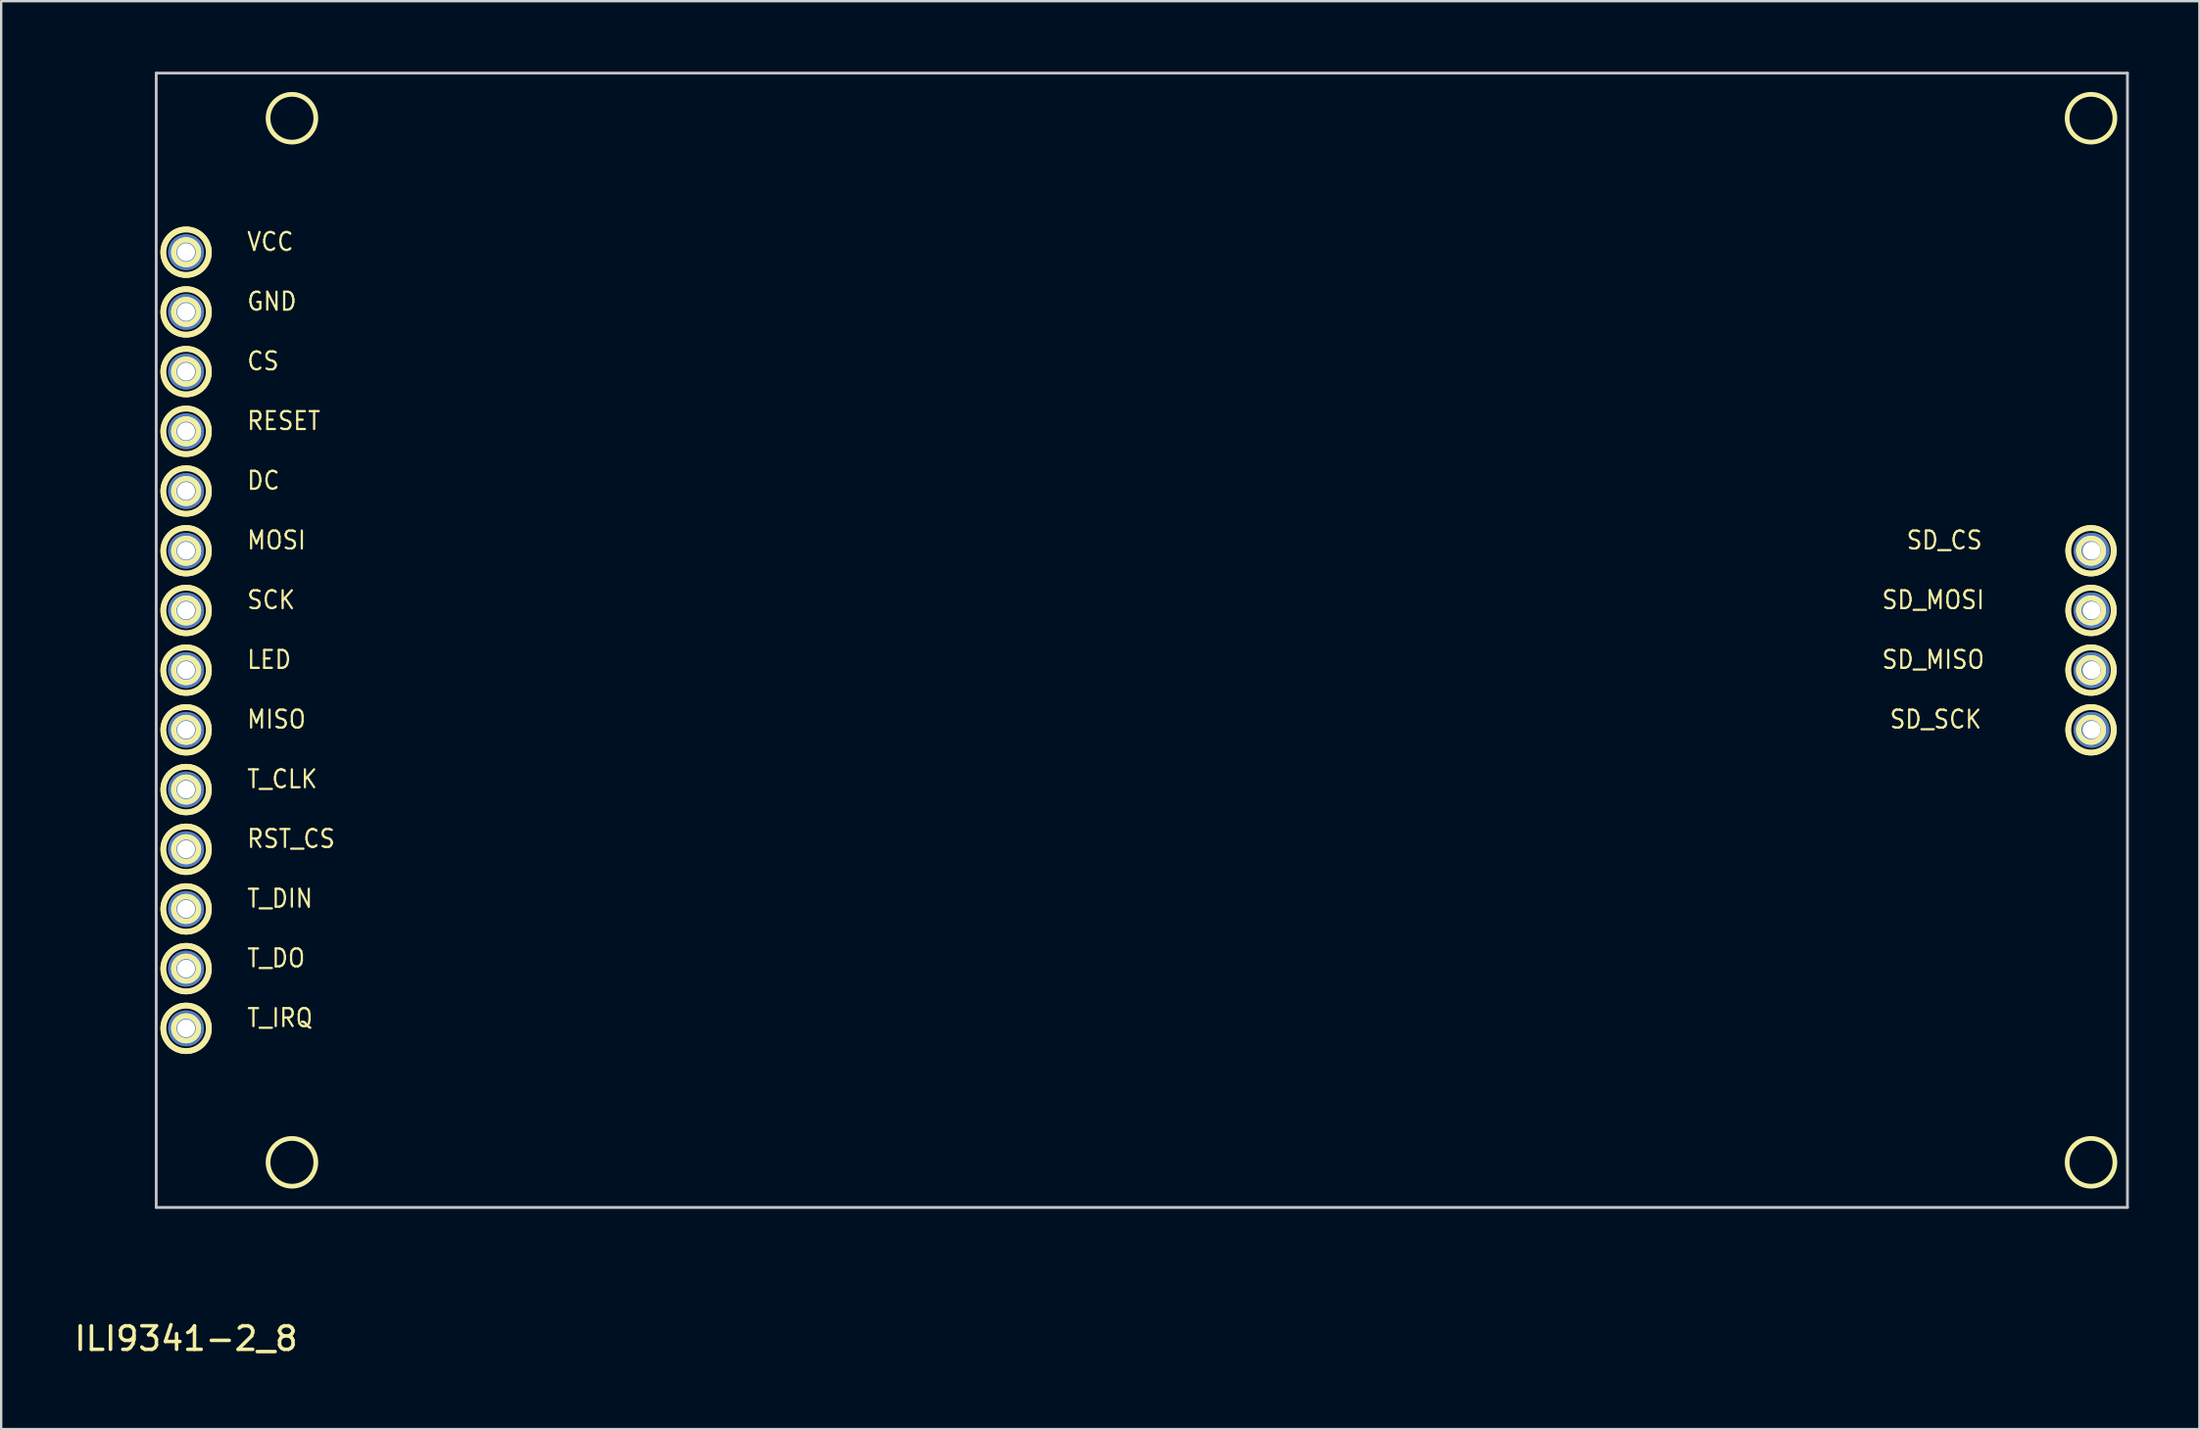
<source format=kicad_pcb>
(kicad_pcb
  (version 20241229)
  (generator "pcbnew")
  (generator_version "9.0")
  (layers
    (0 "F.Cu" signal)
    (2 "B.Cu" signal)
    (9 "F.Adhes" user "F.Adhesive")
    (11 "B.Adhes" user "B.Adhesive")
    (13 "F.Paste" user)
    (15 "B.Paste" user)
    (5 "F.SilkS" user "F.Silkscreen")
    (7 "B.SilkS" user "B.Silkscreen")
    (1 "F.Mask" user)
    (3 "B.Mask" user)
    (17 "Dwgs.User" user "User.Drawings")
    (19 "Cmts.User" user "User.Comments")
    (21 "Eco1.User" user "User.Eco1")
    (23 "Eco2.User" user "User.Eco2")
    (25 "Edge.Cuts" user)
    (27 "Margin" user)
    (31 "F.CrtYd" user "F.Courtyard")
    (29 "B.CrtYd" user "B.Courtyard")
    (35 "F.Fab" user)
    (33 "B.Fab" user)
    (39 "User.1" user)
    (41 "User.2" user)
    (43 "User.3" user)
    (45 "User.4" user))
  (footprint "ILI9341-2_8"
    (layer "F.Cu")
    (at 4.863 53.4)
    (property "Reference" "ILI9341-2_8" (at 0 0.5 0) (layer "F.SilkS") (effects (font (size 1 1) (thickness 0.15))))
    (attr through_hole)
    (fp_circle (center 0 -45.72) (end 0.51 -45.72) (stroke (width 0.2) (type solid)) (fill no) (layer "F.SilkS"))
    (fp_circle (center 0 -45.72) (end 0.538 -45.72) (stroke (width 0.2) (type solid)) (fill no) (layer "F.SilkS"))
    (fp_circle (center 0 -45.72) (end 0.538 -45.72) (stroke (width 0.2) (type solid)) (fill no) (layer "F.SilkS"))
    (fp_circle (center 0 -45.72) (end 0.94 -45.72) (stroke (width 0.2) (type solid)) (fill no) (layer "F.SilkS"))
    (fp_circle (center 0 -45.72) (end 0.991 -45.72) (stroke (width 0.2) (type solid)) (fill no) (layer "F.SilkS"))
    (fp_circle (center 0 -45.72) (end 0.991 -45.72) (stroke (width 0.2) (type solid)) (fill no) (layer "F.SilkS"))
    (fp_circle (center 0 -43.18) (end 0.51 -43.18) (stroke (width 0.2) (type solid)) (fill no) (layer "F.SilkS"))
    (fp_circle (center 0 -43.18) (end 0.538 -43.18) (stroke (width 0.2) (type solid)) (fill no) (layer "F.SilkS"))
    (fp_circle (center 0 -43.18) (end 0.538 -43.18) (stroke (width 0.2) (type solid)) (fill no) (layer "F.SilkS"))
    (fp_circle (center 0 -43.18) (end 0.94 -43.18) (stroke (width 0.2) (type solid)) (fill no) (layer "F.SilkS"))
    (fp_circle (center 0 -43.18) (end 0.991 -43.18) (stroke (width 0.2) (type solid)) (fill no) (layer "F.SilkS"))
    (fp_circle (center 0 -43.18) (end 0.991 -43.18) (stroke (width 0.2) (type solid)) (fill no) (layer "F.SilkS"))
    (fp_circle (center 0 -40.64) (end 0.51 -40.64) (stroke (width 0.2) (type solid)) (fill no) (layer "F.SilkS"))
    (fp_circle (center 0 -40.64) (end 0.538 -40.64) (stroke (width 0.2) (type solid)) (fill no) (layer "F.SilkS"))
    (fp_circle (center 0 -40.64) (end 0.538 -40.64) (stroke (width 0.2) (type solid)) (fill no) (layer "F.SilkS"))
    (fp_circle (center 0 -40.64) (end 0.94 -40.64) (stroke (width 0.2) (type solid)) (fill no) (layer "F.SilkS"))
    (fp_circle (center 0 -40.64) (end 0.991 -40.64) (stroke (width 0.2) (type solid)) (fill no) (layer "F.SilkS"))
    (fp_circle (center 0 -40.64) (end 0.991 -40.64) (stroke (width 0.2) (type solid)) (fill no) (layer "F.SilkS"))
    (fp_circle (center 0 -38.1) (end 0.51 -38.1) (stroke (width 0.2) (type solid)) (fill no) (layer "F.SilkS"))
    (fp_circle (center 0 -38.1) (end 0.538 -38.1) (stroke (width 0.2) (type solid)) (fill no) (layer "F.SilkS"))
    (fp_circle (center 0 -38.1) (end 0.538 -38.1) (stroke (width 0.2) (type solid)) (fill no) (layer "F.SilkS"))
    (fp_circle (center 0 -38.1) (end 0.94 -38.1) (stroke (width 0.2) (type solid)) (fill no) (layer "F.SilkS"))
    (fp_circle (center 0 -38.1) (end 0.991 -38.1) (stroke (width 0.2) (type solid)) (fill no) (layer "F.SilkS"))
    (fp_circle (center 0 -38.1) (end 0.991 -38.1) (stroke (width 0.2) (type solid)) (fill no) (layer "F.SilkS"))
    (fp_circle (center 0 -35.56) (end 0.51 -35.56) (stroke (width 0.2) (type solid)) (fill no) (layer "F.SilkS"))
    (fp_circle (center 0 -35.56) (end 0.538 -35.56) (stroke (width 0.2) (type solid)) (fill no) (layer "F.SilkS"))
    (fp_circle (center 0 -35.56) (end 0.538 -35.56) (stroke (width 0.2) (type solid)) (fill no) (layer "F.SilkS"))
    (fp_circle (center 0 -35.56) (end 0.94 -35.56) (stroke (width 0.2) (type solid)) (fill no) (layer "F.SilkS"))
    (fp_circle (center 0 -35.56) (end 0.991 -35.56) (stroke (width 0.2) (type solid)) (fill no) (layer "F.SilkS"))
    (fp_circle (center 0 -35.56) (end 0.991 -35.56) (stroke (width 0.2) (type solid)) (fill no) (layer "F.SilkS"))
    (fp_circle (center 0 -33.02) (end 0.51 -33.02) (stroke (width 0.2) (type solid)) (fill no) (layer "F.SilkS"))
    (fp_circle (center 0 -33.02) (end 0.538 -33.02) (stroke (width 0.2) (type solid)) (fill no) (layer "F.SilkS"))
    (fp_circle (center 0 -33.02) (end 0.538 -33.02) (stroke (width 0.2) (type solid)) (fill no) (layer "F.SilkS"))
    (fp_circle (center 0 -33.02) (end 0.94 -33.02) (stroke (width 0.2) (type solid)) (fill no) (layer "F.SilkS"))
    (fp_circle (center 0 -33.02) (end 0.991 -33.02) (stroke (width 0.2) (type solid)) (fill no) (layer "F.SilkS"))
    (fp_circle (center 0 -33.02) (end 0.991 -33.02) (stroke (width 0.2) (type solid)) (fill no) (layer "F.SilkS"))
    (fp_circle (center 0 -30.48) (end 0.51 -30.48) (stroke (width 0.2) (type solid)) (fill no) (layer "F.SilkS"))
    (fp_circle (center 0 -30.48) (end 0.538 -30.48) (stroke (width 0.2) (type solid)) (fill no) (layer "F.SilkS"))
    (fp_circle (center 0 -30.48) (end 0.538 -30.48) (stroke (width 0.2) (type solid)) (fill no) (layer "F.SilkS"))
    (fp_circle (center 0 -30.48) (end 0.94 -30.48) (stroke (width 0.2) (type solid)) (fill no) (layer "F.SilkS"))
    (fp_circle (center 0 -30.48) (end 0.991 -30.48) (stroke (width 0.2) (type solid)) (fill no) (layer "F.SilkS"))
    (fp_circle (center 0 -30.48) (end 0.991 -30.48) (stroke (width 0.2) (type solid)) (fill no) (layer "F.SilkS"))
    (fp_circle (center 0 -27.94) (end 0.51 -27.94) (stroke (width 0.2) (type solid)) (fill no) (layer "F.SilkS"))
    (fp_circle (center 0 -27.94) (end 0.538 -27.94) (stroke (width 0.2) (type solid)) (fill no) (layer "F.SilkS"))
    (fp_circle (center 0 -27.94) (end 0.538 -27.94) (stroke (width 0.2) (type solid)) (fill no) (layer "F.SilkS"))
    (fp_circle (center 0 -27.94) (end 0.94 -27.94) (stroke (width 0.2) (type solid)) (fill no) (layer "F.SilkS"))
    (fp_circle (center 0 -27.94) (end 0.991 -27.94) (stroke (width 0.2) (type solid)) (fill no) (layer "F.SilkS"))
    (fp_circle (center 0 -27.94) (end 0.991 -27.94) (stroke (width 0.2) (type solid)) (fill no) (layer "F.SilkS"))
    (fp_circle (center 0 -25.4) (end 0.51 -25.4) (stroke (width 0.2) (type solid)) (fill no) (layer "F.SilkS"))
    (fp_circle (center 0 -25.4) (end 0.538 -25.4) (stroke (width 0.2) (type solid)) (fill no) (layer "F.SilkS"))
    (fp_circle (center 0 -25.4) (end 0.538 -25.4) (stroke (width 0.2) (type solid)) (fill no) (layer "F.SilkS"))
    (fp_circle (center 0 -25.4) (end 0.94 -25.4) (stroke (width 0.2) (type solid)) (fill no) (layer "F.SilkS"))
    (fp_circle (center 0 -25.4) (end 0.991 -25.4) (stroke (width 0.2) (type solid)) (fill no) (layer "F.SilkS"))
    (fp_circle (center 0 -25.4) (end 0.991 -25.4) (stroke (width 0.2) (type solid)) (fill no) (layer "F.SilkS"))
    (fp_circle (center 0 -22.86) (end 0.51 -22.86) (stroke (width 0.2) (type solid)) (fill no) (layer "F.SilkS"))
    (fp_circle (center 0 -22.86) (end 0.538 -22.86) (stroke (width 0.2) (type solid)) (fill no) (layer "F.SilkS"))
    (fp_circle (center 0 -22.86) (end 0.538 -22.86) (stroke (width 0.2) (type solid)) (fill no) (layer "F.SilkS"))
    (fp_circle (center 0 -22.86) (end 0.94 -22.86) (stroke (width 0.2) (type solid)) (fill no) (layer "F.SilkS"))
    (fp_circle (center 0 -22.86) (end 0.991 -22.86) (stroke (width 0.2) (type solid)) (fill no) (layer "F.SilkS"))
    (fp_circle (center 0 -22.86) (end 0.991 -22.86) (stroke (width 0.2) (type solid)) (fill no) (layer "F.SilkS"))
    (fp_circle (center 0 -20.32) (end 0.51 -20.32) (stroke (width 0.2) (type solid)) (fill no) (layer "F.SilkS"))
    (fp_circle (center 0 -20.32) (end 0.538 -20.32) (stroke (width 0.2) (type solid)) (fill no) (layer "F.SilkS"))
    (fp_circle (center 0 -20.32) (end 0.538 -20.32) (stroke (width 0.2) (type solid)) (fill no) (layer "F.SilkS"))
    (fp_circle (center 0 -20.32) (end 0.94 -20.32) (stroke (width 0.2) (type solid)) (fill no) (layer "F.SilkS"))
    (fp_circle (center 0 -20.32) (end 0.991 -20.32) (stroke (width 0.2) (type solid)) (fill no) (layer "F.SilkS"))
    (fp_circle (center 0 -20.32) (end 0.991 -20.32) (stroke (width 0.2) (type solid)) (fill no) (layer "F.SilkS"))
    (fp_circle (center 0 -17.78) (end 0.51 -17.78) (stroke (width 0.2) (type solid)) (fill no) (layer "F.SilkS"))
    (fp_circle (center 0 -17.78) (end 0.538 -17.78) (stroke (width 0.2) (type solid)) (fill no) (layer "F.SilkS"))
    (fp_circle (center 0 -17.78) (end 0.538 -17.78) (stroke (width 0.2) (type solid)) (fill no) (layer "F.SilkS"))
    (fp_circle (center 0 -17.78) (end 0.94 -17.78) (stroke (width 0.2) (type solid)) (fill no) (layer "F.SilkS"))
    (fp_circle (center 0 -17.78) (end 0.991 -17.78) (stroke (width 0.2) (type solid)) (fill no) (layer "F.SilkS"))
    (fp_circle (center 0 -17.78) (end 0.991 -17.78) (stroke (width 0.2) (type solid)) (fill no) (layer "F.SilkS"))
    (fp_circle (center 0 -15.24) (end 0.51 -15.24) (stroke (width 0.2) (type solid)) (fill no) (layer "F.SilkS"))
    (fp_circle (center 0 -15.24) (end 0.538 -15.24) (stroke (width 0.2) (type solid)) (fill no) (layer "F.SilkS"))
    (fp_circle (center 0 -15.24) (end 0.538 -15.24) (stroke (width 0.2) (type solid)) (fill no) (layer "F.SilkS"))
    (fp_circle (center 0 -15.24) (end 0.94 -15.24) (stroke (width 0.2) (type solid)) (fill no) (layer "F.SilkS"))
    (fp_circle (center 0 -15.24) (end 0.991 -15.24) (stroke (width 0.2) (type solid)) (fill no) (layer "F.SilkS"))
    (fp_circle (center 0 -15.24) (end 0.991 -15.24) (stroke (width 0.2) (type solid)) (fill no) (layer "F.SilkS"))
    (fp_circle (center 0 -12.7) (end 0.51 -12.7) (stroke (width 0.2) (type solid)) (fill no) (layer "F.SilkS"))
    (fp_circle (center 0 -12.7) (end 0.538 -12.7) (stroke (width 0.2) (type solid)) (fill no) (layer "F.SilkS"))
    (fp_circle (center 0 -12.7) (end 0.538 -12.7) (stroke (width 0.2) (type solid)) (fill no) (layer "F.SilkS"))
    (fp_circle (center 0 -12.7) (end 0.94 -12.7) (stroke (width 0.2) (type solid)) (fill no) (layer "F.SilkS"))
    (fp_circle (center 0 -12.7) (end 0.991 -12.7) (stroke (width 0.2) (type solid)) (fill no) (layer "F.SilkS"))
    (fp_circle (center 0 -12.7) (end 0.991 -12.7) (stroke (width 0.2) (type solid)) (fill no) (layer "F.SilkS"))
    (fp_circle (center 4.501 -51.42) (end 5.517 -51.42) (stroke (width 0.2) (type solid)) (fill no) (layer "F.SilkS"))
    (fp_circle (center 4.501 -7) (end 5.517 -7) (stroke (width 0.2) (type solid)) (fill no) (layer "F.SilkS"))
    (fp_circle (center 81.001 -51.42) (end 82.017 -51.42) (stroke (width 0.2) (type solid)) (fill no) (layer "F.SilkS"))
    (fp_circle (center 81.001 -33.02) (end 81.511 -33.02) (stroke (width 0.2) (type solid)) (fill no) (layer "F.SilkS"))
    (fp_circle (center 81.001 -33.02) (end 81.538 -33.02) (stroke (width 0.2) (type solid)) (fill no) (layer "F.SilkS"))
    (fp_circle (center 81.001 -33.02) (end 81.538 -33.02) (stroke (width 0.2) (type solid)) (fill no) (layer "F.SilkS"))
    (fp_circle (center 81.001 -33.02) (end 81.941 -33.02) (stroke (width 0.2) (type solid)) (fill no) (layer "F.SilkS"))
    (fp_circle (center 81.001 -33.02) (end 81.991 -33.02) (stroke (width 0.2) (type solid)) (fill no) (layer "F.SilkS"))
    (fp_circle (center 81.001 -33.02) (end 81.991 -33.02) (stroke (width 0.2) (type solid)) (fill no) (layer "F.SilkS"))
    (fp_circle (center 81.001 -30.48) (end 81.511 -30.48) (stroke (width 0.2) (type solid)) (fill no) (layer "F.SilkS"))
    (fp_circle (center 81.001 -30.48) (end 81.538 -30.48) (stroke (width 0.2) (type solid)) (fill no) (layer "F.SilkS"))
    (fp_circle (center 81.001 -30.48) (end 81.538 -30.48) (stroke (width 0.2) (type solid)) (fill no) (layer "F.SilkS"))
    (fp_circle (center 81.001 -30.48) (end 81.941 -30.48) (stroke (width 0.2) (type solid)) (fill no) (layer "F.SilkS"))
    (fp_circle (center 81.001 -30.48) (end 81.991 -30.48) (stroke (width 0.2) (type solid)) (fill no) (layer "F.SilkS"))
    (fp_circle (center 81.001 -30.48) (end 81.991 -30.48) (stroke (width 0.2) (type solid)) (fill no) (layer "F.SilkS"))
    (fp_circle (center 81.001 -27.94) (end 81.511 -27.94) (stroke (width 0.2) (type solid)) (fill no) (layer "F.SilkS"))
    (fp_circle (center 81.001 -27.94) (end 81.538 -27.94) (stroke (width 0.2) (type solid)) (fill no) (layer "F.SilkS"))
    (fp_circle (center 81.001 -27.94) (end 81.538 -27.94) (stroke (width 0.2) (type solid)) (fill no) (layer "F.SilkS"))
    (fp_circle (center 81.001 -27.94) (end 81.941 -27.94) (stroke (width 0.2) (type solid)) (fill no) (layer "F.SilkS"))
    (fp_circle (center 81.001 -27.94) (end 81.991 -27.94) (stroke (width 0.2) (type solid)) (fill no) (layer "F.SilkS"))
    (fp_circle (center 81.001 -27.94) (end 81.991 -27.94) (stroke (width 0.2) (type solid)) (fill no) (layer "F.SilkS"))
    (fp_circle (center 81.001 -25.4) (end 81.511 -25.4) (stroke (width 0.2) (type solid)) (fill no) (layer "F.SilkS"))
    (fp_circle (center 81.001 -25.4) (end 81.538 -25.4) (stroke (width 0.2) (type solid)) (fill no) (layer "F.SilkS"))
    (fp_circle (center 81.001 -25.4) (end 81.538 -25.4) (stroke (width 0.2) (type solid)) (fill no) (layer "F.SilkS"))
    (fp_circle (center 81.001 -25.4) (end 81.941 -25.4) (stroke (width 0.2) (type solid)) (fill no) (layer "F.SilkS"))
    (fp_circle (center 81.001 -25.4) (end 81.991 -25.4) (stroke (width 0.2) (type solid)) (fill no) (layer "F.SilkS"))
    (fp_circle (center 81.001 -25.4) (end 81.991 -25.4) (stroke (width 0.2) (type solid)) (fill no) (layer "F.SilkS"))
    (fp_circle (center 81.001 -7) (end 82.017 -7) (stroke (width 0.2) (type solid)) (fill no) (layer "F.SilkS"))
    (fp_line (start -1.27 -53.34) (end -1.27 -5.08) (stroke (width 0.12) (type solid)) (layer "Dwgs.User"))
    (fp_line (start -1.27 -5.08) (end 82.55 -5.08) (stroke (width 0.12) (type solid)) (layer "Dwgs.User"))
    (fp_line (start 82.55 -53.34) (end -1.27 -53.34) (stroke (width 0.12) (type solid)) (layer "Dwgs.User"))
    (fp_line (start 82.55 -5.08) (end 82.55 -53.34) (stroke (width 0.12) (type solid)) (layer "Dwgs.User"))
    (fp_text user "MOSI" (at 2.54 -33.02 0) (layer "F.SilkS") (effects (font (size 0.762 0.686) (thickness 0.095)) (justify left bottom)))
    (fp_text user "GND" (at 2.54 -43.18 0) (layer "F.SilkS") (effects (font (size 0.762 0.686) (thickness 0.095)) (justify left bottom)))
    (fp_text user "SD_SCK" (at 72.39 -25.4 0) (layer "F.SilkS") (effects (font (size 0.762 0.686) (thickness 0.095)) (justify left bottom)))
    (fp_text user "MISO" (at 2.54 -25.4 0) (layer "F.SilkS") (effects (font (size 0.762 0.686) (thickness 0.095)) (justify left bottom)))
    (fp_text user "CS" (at 2.54 -40.64 0) (layer "F.SilkS") (effects (font (size 0.762 0.686) (thickness 0.095)) (justify left bottom)))
    (fp_text user "DC" (at 2.54 -35.56 0) (layer "F.SilkS") (effects (font (size 0.762 0.686) (thickness 0.095)) (justify left bottom)))
    (fp_text user "RESET" (at 2.54 -38.1 0) (layer "F.SilkS") (effects (font (size 0.762 0.686) (thickness 0.095)) (justify left bottom)))
    (fp_text user "T_DO" (at 2.54 -15.24 0) (layer "F.SilkS") (effects (font (size 0.762 0.686) (thickness 0.095)) (justify left bottom)))
    (fp_text user "T_DIN" (at 2.54 -17.78 0) (layer "F.SilkS") (effects (font (size 0.762 0.686) (thickness 0.095)) (justify left bottom)))
    (fp_text user "LED" (at 2.54 -27.94 0) (layer "F.SilkS") (effects (font (size 0.762 0.686) (thickness 0.095)) (justify left bottom)))
    (fp_text user "SD_MOSI" (at 72.057 -30.48 0) (layer "F.SilkS") (effects (font (size 0.762 0.686) (thickness 0.095)) (justify left bottom)))
    (fp_text user "RST_CS" (at 2.54 -20.32 0) (layer "F.SilkS") (effects (font (size 0.762 0.686) (thickness 0.095)) (justify left bottom)))
    (fp_text user "VCC" (at 2.54 -45.72 0) (layer "F.SilkS") (effects (font (size 0.762 0.686) (thickness 0.095)) (justify left bottom)))
    (fp_text user "SCK" (at 2.54 -30.48 0) (layer "F.SilkS") (effects (font (size 0.762 0.686) (thickness 0.095)) (justify left bottom)))
    (fp_text user "SD_CS" (at 73.104 -33.02 0) (layer "F.SilkS") (effects (font (size 0.762 0.686) (thickness 0.095)) (justify left bottom)))
    (fp_text user "T_IRQ" (at 2.54 -12.7 0) (layer "F.SilkS") (effects (font (size 0.762 0.686) (thickness 0.095)) (justify left bottom)))
    (fp_text user "T_CLK" (at 2.54 -22.86 0) (layer "F.SilkS") (effects (font (size 0.762 0.686) (thickness 0.095)) (justify left bottom)))
    (fp_text user "SD_MISO" (at 72.057 -27.94 0) (layer "F.SilkS") (effects (font (size 0.762 0.686) (thickness 0.095)) (justify left bottom)))
    (pad "1" thru_hole circle (at 0 -45.72) (size 1.524 1.524) (drill 0.762) (layers "*.Cu" "*.Mask"))
    (pad "2" thru_hole circle (at 0 -43.18) (size 1.524 1.524) (drill 0.762) (layers "*.Cu" "*.Mask"))
    (pad "3" thru_hole circle (at 0 -40.64) (size 1.524 1.524) (drill 0.762) (layers "*.Cu" "*.Mask"))
    (pad "4" thru_hole circle (at 0 -38.1) (size 1.524 1.524) (drill 0.762) (layers "*.Cu" "*.Mask"))
    (pad "5" thru_hole circle (at 0 -35.56) (size 1.524 1.524) (drill 0.762) (layers "*.Cu" "*.Mask"))
    (pad "6" thru_hole circle (at 0 -33.02) (size 1.524 1.524) (drill 0.762) (layers "*.Cu" "*.Mask"))
    (pad "7" thru_hole circle (at 0 -30.48) (size 1.524 1.524) (drill 0.762) (layers "*.Cu" "*.Mask"))
    (pad "8" thru_hole circle (at 0 -27.94) (size 1.524 1.524) (drill 0.762) (layers "*.Cu" "*.Mask"))
    (pad "9" thru_hole circle (at 0 -25.4) (size 1.524 1.524) (drill 0.762) (layers "*.Cu" "*.Mask"))
    (pad "10" thru_hole circle (at 0 -22.86) (size 1.524 1.524) (drill 0.762) (layers "*.Cu" "*.Mask"))
    (pad "11" thru_hole circle (at 0 -20.32) (size 1.524 1.524) (drill 0.762) (layers "*.Cu" "*.Mask"))
    (pad "12" thru_hole circle (at 0 -17.78) (size 1.524 1.524) (drill 0.762) (layers "*.Cu" "*.Mask"))
    (pad "13" thru_hole circle (at 0 -15.24) (size 1.524 1.524) (drill 0.762) (layers "*.Cu" "*.Mask"))
    (pad "14" thru_hole circle (at 0 -12.7) (size 1.524 1.524) (drill 0.762) (layers "*.Cu" "*.Mask"))
    (pad "15" thru_hole circle (at 81.026 -33.02) (size 1.524 1.524) (drill 0.762) (layers "*.Cu" "*.Mask"))
    (pad "16" thru_hole circle (at 81.026 -30.48) (size 1.524 1.524) (drill 0.762) (layers "*.Cu" "*.Mask"))
    (pad "17" thru_hole circle (at 81.026 -27.94) (size 1.524 1.524) (drill 0.762) (layers "*.Cu" "*.Mask"))
    (pad "18" thru_hole circle (at 81.026 -25.4) (size 1.524 1.524) (drill 0.762) (layers "*.Cu" "*.Mask")))
  (gr_rect
    (start -3 -3)
    (end 90.473 57.748)
    (stroke (width 0.1) (type default))
    (fill no)
    (layer "Edge.Cuts")))
</source>
